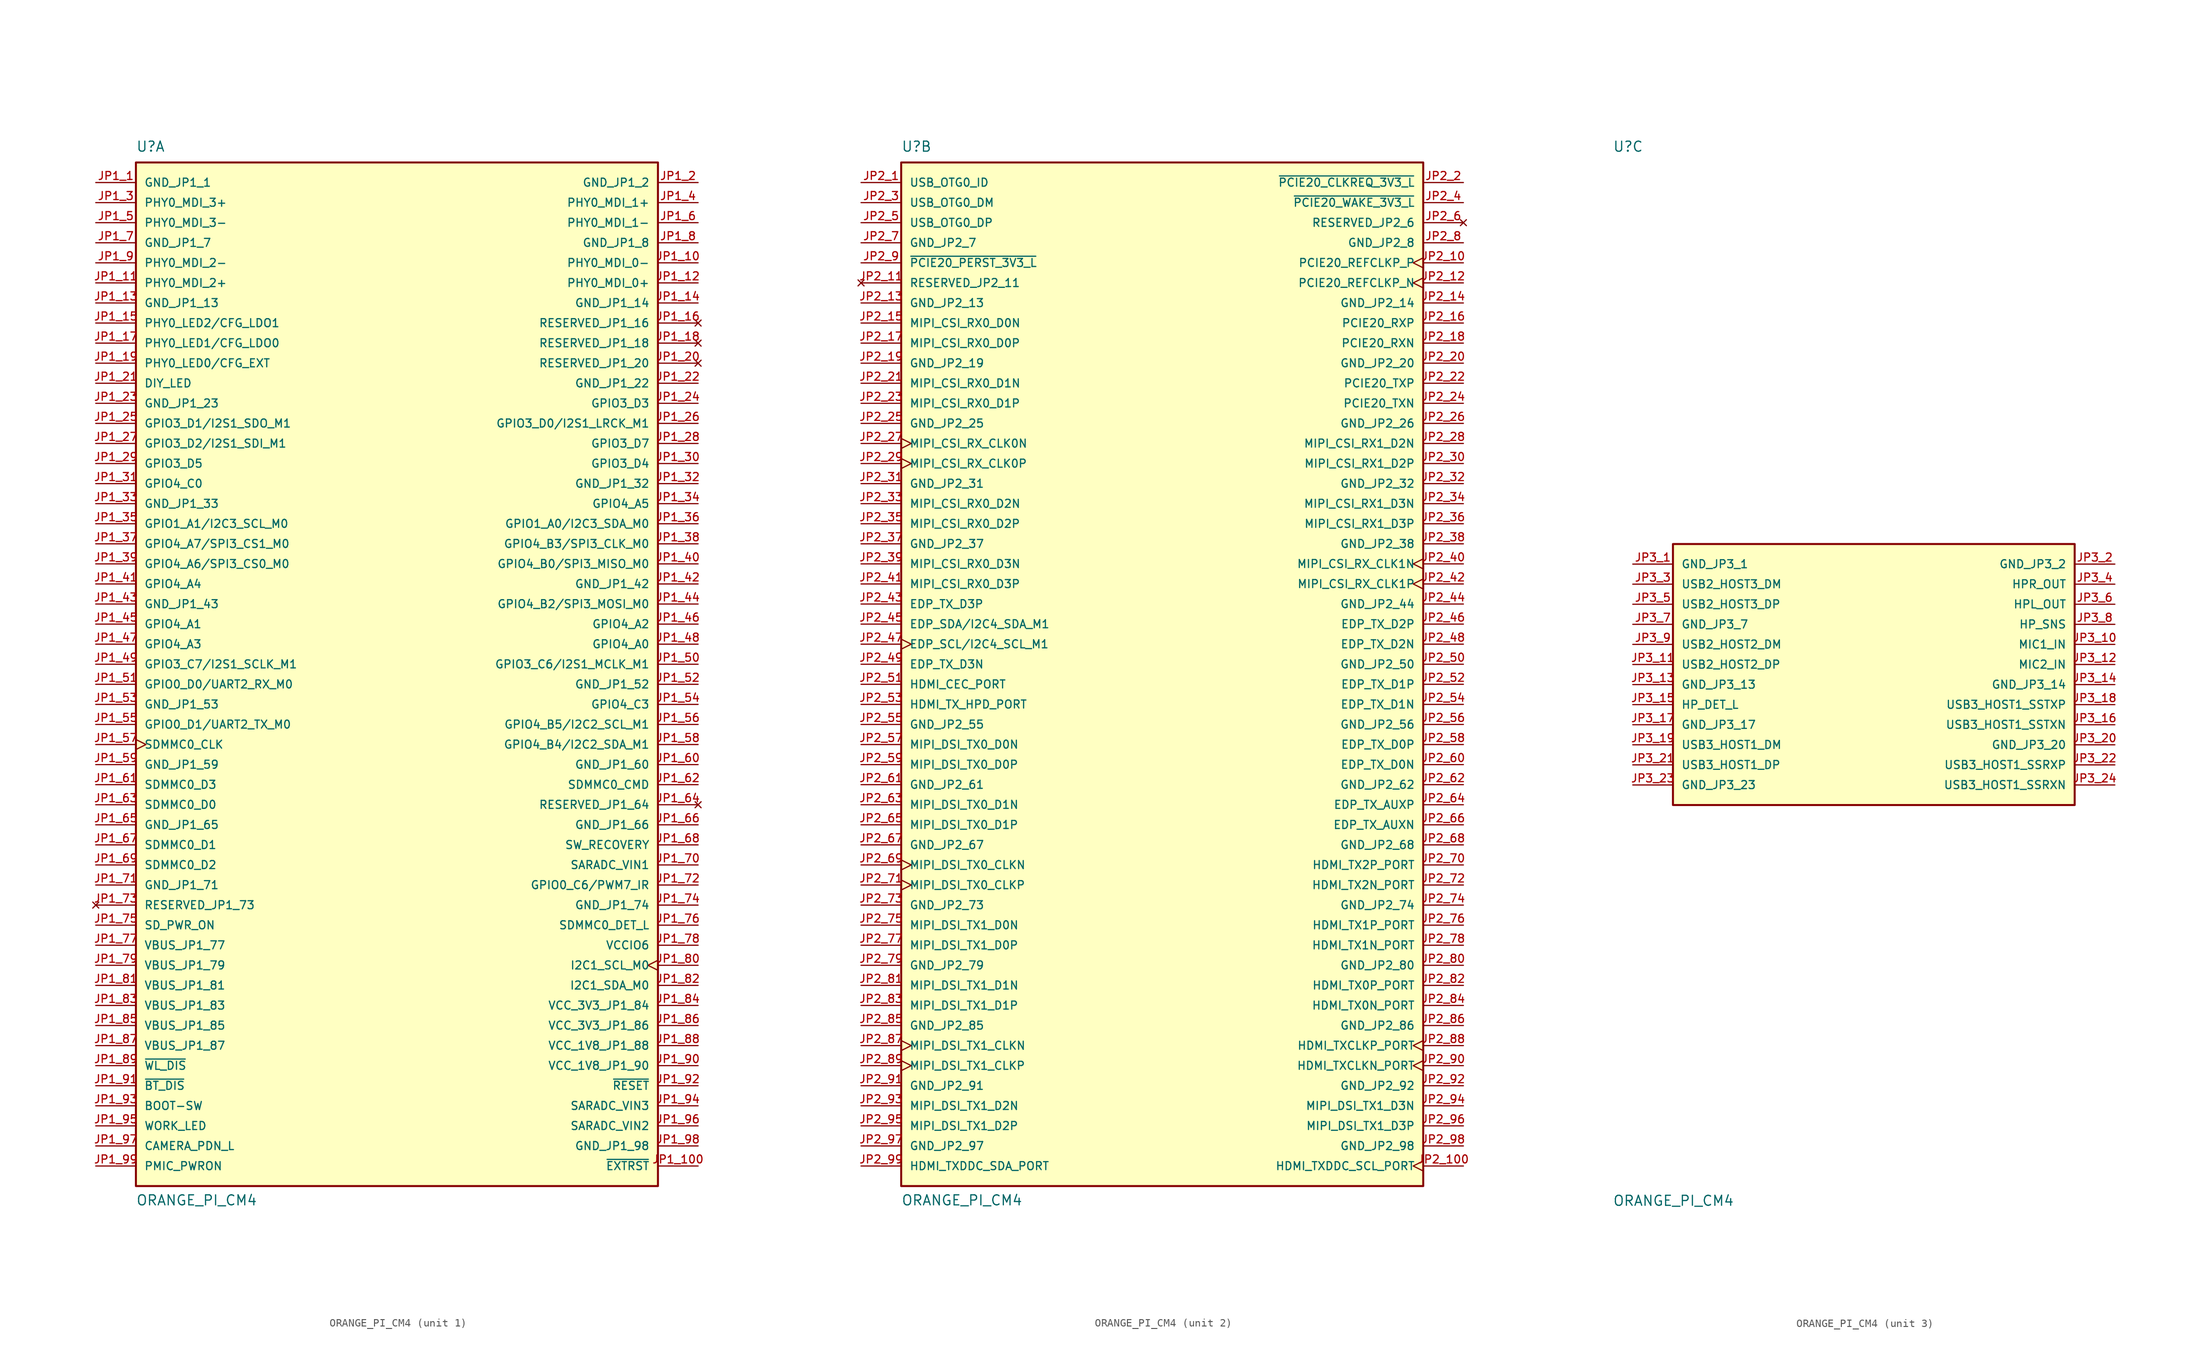
<source format=kicad_sym>
(kicad_symbol_lib
  (version 20211014)
  (generator kicad_symbol_editor)
  (symbol "ORANGE_PI_CM4"
    (pin_names
      (offset 1.016))
    (property "Reference" "U"
      (at -33.02 67.31 0)
      (effects (font (size 1.27 1.27)) (justify bottom left)))
    (property "Value" "ORANGE_PI_CM4"
      (at -33.02 -66.04 0)
      (effects (font (size 1.27 1.27)) (justify bottom left)))
    (symbol "ORANGE_PI_CM4_1_0"
      (rectangle (start -33.02 -63.5) (end 33.02 66.04) (stroke (width 0.254)) (fill (type background)))
      (pin power_in line (at 38.1 -45.72 180.0) (length 5.08) (name "VCC_1V8_JP1_88" (effects (font (size 1.016 1.016)))) (number "JP1_88" (effects (font (size 1.016 1.016)))))
      (pin power_in line (at 38.1 -40.64 180.0) (length 5.08) (name "VCC_3V3_JP1_84" (effects (font (size 1.016 1.016)))) (number "JP1_84" (effects (font (size 1.016 1.016)))))
      (pin power_in line (at -38.1 -33.02 0) (length 5.08) (name "VBUS_JP1_77" (effects (font (size 1.016 1.016)))) (number "JP1_77" (effects (font (size 1.016 1.016)))))
      (pin power_in line (at 38.1 -33.02 180.0) (length 5.08) (name "VCCIO6" (effects (font (size 1.016 1.016)))) (number "JP1_78" (effects (font (size 1.016 1.016)))))
      (pin input line (at -38.1 -50.8 0) (length 5.08) (name "~{BT_DIS}" (effects (font (size 1.016 1.016)))) (number "JP1_91" (effects (font (size 1.016 1.016)))))
      (pin input line (at 38.1 -60.96 180.0) (length 5.08) (name "~{EXTRST}" (effects (font (size 1.016 1.016)))) (number "JP1_100" (effects (font (size 1.016 1.016)))))
      (pin input line (at 38.1 -50.8 180.0) (length 5.08) (name "~{RESET}" (effects (font (size 1.016 1.016)))) (number "JP1_92" (effects (font (size 1.016 1.016)))))
      (pin input line (at -38.1 -48.26 0) (length 5.08) (name "~{WL_DIS}" (effects (font (size 1.016 1.016)))) (number "JP1_89" (effects (font (size 1.016 1.016)))))
      (pin input line (at -38.1 -53.34 0) (length 5.08) (name "BOOT-SW" (effects (font (size 1.016 1.016)))) (number "JP1_93" (effects (font (size 1.016 1.016)))))
      (pin input line (at -38.1 -60.96 0) (length 5.08) (name "PMIC_PWRON" (effects (font (size 1.016 1.016)))) (number "JP1_99" (effects (font (size 1.016 1.016)))))
      (pin input line (at 38.1 -22.86 180.0) (length 5.08) (name "SARADC_VIN1" (effects (font (size 1.016 1.016)))) (number "JP1_70" (effects (font (size 1.016 1.016)))))
      (pin input line (at 38.1 -55.88 180.0) (length 5.08) (name "SARADC_VIN2" (effects (font (size 1.016 1.016)))) (number "JP1_96" (effects (font (size 1.016 1.016)))))
      (pin input line (at 38.1 -53.34 180.0) (length 5.08) (name "SARADC_VIN3" (effects (font (size 1.016 1.016)))) (number "JP1_94" (effects (font (size 1.016 1.016)))))
      (pin input line (at 38.1 -30.48 180.0) (length 5.08) (name "SDMMC0_DET_L" (effects (font (size 1.016 1.016)))) (number "JP1_76" (effects (font (size 1.016 1.016)))))
      (pin input line (at 38.1 -20.32 180.0) (length 5.08) (name "SW_RECOVERY" (effects (font (size 1.016 1.016)))) (number "JP1_68" (effects (font (size 1.016 1.016)))))
      (pin bidirectional line (at 38.1 -25.4 180.0) (length 5.08) (name "GPIO0_C6/PWM7_IR" (effects (font (size 1.016 1.016)))) (number "JP1_72" (effects (font (size 1.016 1.016)))))
      (pin bidirectional line (at -38.1 0.0 0) (length 5.08) (name "GPIO0_D0/UART2_RX_M0" (effects (font (size 1.016 1.016)))) (number "JP1_51" (effects (font (size 1.016 1.016)))))
      (pin bidirectional line (at -38.1 -5.08 0) (length 5.08) (name "GPIO0_D1/UART2_TX_M0" (effects (font (size 1.016 1.016)))) (number "JP1_55" (effects (font (size 1.016 1.016)))))
      (pin bidirectional line (at 38.1 20.32 180.0) (length 5.08) (name "GPIO1_A0/I2C3_SDA_M0" (effects (font (size 1.016 1.016)))) (number "JP1_36" (effects (font (size 1.016 1.016)))))
      (pin bidirectional line (at -38.1 20.32 0) (length 5.08) (name "GPIO1_A1/I2C3_SCL_M0" (effects (font (size 1.016 1.016)))) (number "JP1_35" (effects (font (size 1.016 1.016)))))
      (pin bidirectional line (at 38.1 2.54 180.0) (length 5.08) (name "GPIO3_C6/I2S1_MCLK_M1" (effects (font (size 1.016 1.016)))) (number "JP1_50" (effects (font (size 1.016 1.016)))))
      (pin bidirectional line (at -38.1 2.54 0) (length 5.08) (name "GPIO3_C7/I2S1_SCLK_M1" (effects (font (size 1.016 1.016)))) (number "JP1_49" (effects (font (size 1.016 1.016)))))
      (pin bidirectional line (at 38.1 33.02 180.0) (length 5.08) (name "GPIO3_D0/I2S1_LRCK_M1" (effects (font (size 1.016 1.016)))) (number "JP1_26" (effects (font (size 1.016 1.016)))))
      (pin bidirectional line (at -38.1 33.02 0) (length 5.08) (name "GPIO3_D1/I2S1_SDO_M1" (effects (font (size 1.016 1.016)))) (number "JP1_25" (effects (font (size 1.016 1.016)))))
      (pin bidirectional line (at -38.1 30.48 0) (length 5.08) (name "GPIO3_D2/I2S1_SDI_M1" (effects (font (size 1.016 1.016)))) (number "JP1_27" (effects (font (size 1.016 1.016)))))
      (pin bidirectional line (at 38.1 35.56 180.0) (length 5.08) (name "GPIO3_D3" (effects (font (size 1.016 1.016)))) (number "JP1_24" (effects (font (size 1.016 1.016)))))
      (pin bidirectional line (at 38.1 27.94 180.0) (length 5.08) (name "GPIO3_D4" (effects (font (size 1.016 1.016)))) (number "JP1_30" (effects (font (size 1.016 1.016)))))
      (pin bidirectional line (at -38.1 27.94 0) (length 5.08) (name "GPIO3_D5" (effects (font (size 1.016 1.016)))) (number "JP1_29" (effects (font (size 1.016 1.016)))))
      (pin bidirectional line (at 38.1 30.48 180.0) (length 5.08) (name "GPIO3_D7" (effects (font (size 1.016 1.016)))) (number "JP1_28" (effects (font (size 1.016 1.016)))))
      (pin bidirectional line (at 38.1 5.08 180.0) (length 5.08) (name "GPIO4_A0" (effects (font (size 1.016 1.016)))) (number "JP1_48" (effects (font (size 1.016 1.016)))))
      (pin bidirectional line (at -38.1 7.62 0) (length 5.08) (name "GPIO4_A1" (effects (font (size 1.016 1.016)))) (number "JP1_45" (effects (font (size 1.016 1.016)))))
      (pin bidirectional line (at 38.1 7.62 180.0) (length 5.08) (name "GPIO4_A2" (effects (font (size 1.016 1.016)))) (number "JP1_46" (effects (font (size 1.016 1.016)))))
      (pin bidirectional line (at -38.1 5.08 0) (length 5.08) (name "GPIO4_A3" (effects (font (size 1.016 1.016)))) (number "JP1_47" (effects (font (size 1.016 1.016)))))
      (pin bidirectional line (at -38.1 -58.42 0) (length 5.08) (name "CAMERA_PDN_L" (effects (font (size 1.016 1.016)))) (number "JP1_97" (effects (font (size 1.016 1.016)))))
      (pin output line (at -38.1 38.1 0) (length 5.08) (name "DIY_LED" (effects (font (size 1.016 1.016)))) (number "JP1_21" (effects (font (size 1.016 1.016)))))
      (pin output clock (at 38.1 -35.56 180.0) (length 5.08) (name "I2C1_SCL_M0" (effects (font (size 1.016 1.016)))) (number "JP1_80" (effects (font (size 1.016 1.016)))))
      (pin output line (at -38.1 40.64 0) (length 5.08) (name "PHY0_LED0/CFG_EXT" (effects (font (size 1.016 1.016)))) (number "JP1_19" (effects (font (size 1.016 1.016)))))
      (pin output line (at -38.1 43.18 0) (length 5.08) (name "PHY0_LED1/CFG_LDO0" (effects (font (size 1.016 1.016)))) (number "JP1_17" (effects (font (size 1.016 1.016)))))
      (pin output line (at -38.1 45.72 0) (length 5.08) (name "PHY0_LED2/CFG_LDO1" (effects (font (size 1.016 1.016)))) (number "JP1_15" (effects (font (size 1.016 1.016)))))
      (pin output line (at 38.1 53.34 180.0) (length 5.08) (name "PHY0_MDI_0-" (effects (font (size 1.016 1.016)))) (number "JP1_10" (effects (font (size 1.016 1.016)))))
      (pin output line (at 38.1 50.8 180.0) (length 5.08) (name "PHY0_MDI_0+" (effects (font (size 1.016 1.016)))) (number "JP1_12" (effects (font (size 1.016 1.016)))))
      (pin output line (at 38.1 58.42 180.0) (length 5.08) (name "PHY0_MDI_1-" (effects (font (size 1.016 1.016)))) (number "JP1_6" (effects (font (size 1.016 1.016)))))
      (pin output line (at 38.1 60.96 180.0) (length 5.08) (name "PHY0_MDI_1+" (effects (font (size 1.016 1.016)))) (number "JP1_4" (effects (font (size 1.016 1.016)))))
      (pin output line (at -38.1 53.34 0) (length 5.08) (name "PHY0_MDI_2-" (effects (font (size 1.016 1.016)))) (number "JP1_9" (effects (font (size 1.016 1.016)))))
      (pin output line (at -38.1 50.8 0) (length 5.08) (name "PHY0_MDI_2+" (effects (font (size 1.016 1.016)))) (number "JP1_11" (effects (font (size 1.016 1.016)))))
      (pin output line (at -38.1 58.42 0) (length 5.08) (name "PHY0_MDI_3-" (effects (font (size 1.016 1.016)))) (number "JP1_5" (effects (font (size 1.016 1.016)))))
      (pin output line (at -38.1 60.96 0) (length 5.08) (name "PHY0_MDI_3+" (effects (font (size 1.016 1.016)))) (number "JP1_3" (effects (font (size 1.016 1.016)))))
      (pin output line (at -38.1 -30.48 0) (length 5.08) (name "SD_PWR_ON" (effects (font (size 1.016 1.016)))) (number "JP1_75" (effects (font (size 1.016 1.016)))))
      (pin output clock (at -38.1 -7.62 0) (length 5.08) (name "SDMMC0_CLK" (effects (font (size 1.016 1.016)))) (number "JP1_57" (effects (font (size 1.016 1.016)))))
      (pin bidirectional line (at -38.1 -55.88 0) (length 5.08) (name "WORK_LED" (effects (font (size 1.016 1.016)))) (number "JP1_95" (effects (font (size 1.016 1.016)))))
      (pin bidirectional line (at -38.1 12.7 0) (length 5.08) (name "GPIO4_A4" (effects (font (size 1.016 1.016)))) (number "JP1_41" (effects (font (size 1.016 1.016)))))
      (pin bidirectional line (at 38.1 22.86 180.0) (length 5.08) (name "GPIO4_A5" (effects (font (size 1.016 1.016)))) (number "JP1_34" (effects (font (size 1.016 1.016)))))
      (pin bidirectional line (at -38.1 15.24 0) (length 5.08) (name "GPIO4_A6/SPI3_CS0_M0" (effects (font (size 1.016 1.016)))) (number "JP1_39" (effects (font (size 1.016 1.016)))))
      (pin bidirectional line (at -38.1 17.78 0) (length 5.08) (name "GPIO4_A7/SPI3_CS1_M0" (effects (font (size 1.016 1.016)))) (number "JP1_37" (effects (font (size 1.016 1.016)))))
      (pin bidirectional line (at 38.1 15.24 180.0) (length 5.08) (name "GPIO4_B0/SPI3_MISO_M0" (effects (font (size 1.016 1.016)))) (number "JP1_40" (effects (font (size 1.016 1.016)))))
      (pin bidirectional line (at 38.1 10.16 180.0) (length 5.08) (name "GPIO4_B2/SPI3_MOSI_M0" (effects (font (size 1.016 1.016)))) (number "JP1_44" (effects (font (size 1.016 1.016)))))
      (pin bidirectional line (at 38.1 17.78 180.0) (length 5.08) (name "GPIO4_B3/SPI3_CLK_M0" (effects (font (size 1.016 1.016)))) (number "JP1_38" (effects (font (size 1.016 1.016)))))
      (pin bidirectional line (at 38.1 -7.62 180.0) (length 5.08) (name "GPIO4_B4/I2C2_SDA_M1" (effects (font (size 1.016 1.016)))) (number "JP1_58" (effects (font (size 1.016 1.016)))))
      (pin bidirectional line (at 38.1 -5.08 180.0) (length 5.08) (name "GPIO4_B5/I2C2_SCL_M1" (effects (font (size 1.016 1.016)))) (number "JP1_56" (effects (font (size 1.016 1.016)))))
      (pin bidirectional line (at -38.1 25.4 0) (length 5.08) (name "GPIO4_C0" (effects (font (size 1.016 1.016)))) (number "JP1_31" (effects (font (size 1.016 1.016)))))
      (pin bidirectional line (at 38.1 -2.54 180.0) (length 5.08) (name "GPIO4_C3" (effects (font (size 1.016 1.016)))) (number "JP1_54" (effects (font (size 1.016 1.016)))))
      (pin bidirectional line (at 38.1 -38.1 180.0) (length 5.08) (name "I2C1_SDA_M0" (effects (font (size 1.016 1.016)))) (number "JP1_82" (effects (font (size 1.016 1.016)))))
      (pin bidirectional line (at 38.1 -12.7 180.0) (length 5.08) (name "SDMMC0_CMD" (effects (font (size 1.016 1.016)))) (number "JP1_62" (effects (font (size 1.016 1.016)))))
      (pin bidirectional line (at -38.1 -15.24 0) (length 5.08) (name "SDMMC0_D0" (effects (font (size 1.016 1.016)))) (number "JP1_63" (effects (font (size 1.016 1.016)))))
      (pin bidirectional line (at -38.1 -20.32 0) (length 5.08) (name "SDMMC0_D1" (effects (font (size 1.016 1.016)))) (number "JP1_67" (effects (font (size 1.016 1.016)))))
      (pin bidirectional line (at -38.1 -22.86 0) (length 5.08) (name "SDMMC0_D2" (effects (font (size 1.016 1.016)))) (number "JP1_69" (effects (font (size 1.016 1.016)))))
      (pin bidirectional line (at -38.1 -12.7 0) (length 5.08) (name "SDMMC0_D3" (effects (font (size 1.016 1.016)))) (number "JP1_61" (effects (font (size 1.016 1.016)))))
      (pin no_connect line (at -38.1 -27.94 0) (length 5.08) (name "RESERVED_JP1_73" (effects (font (size 1.016 1.016)))) (number "JP1_73" (effects (font (size 1.016 1.016)))))
      (pin power_in line (at -38.1 63.5 0) (length 5.08) (name "GND_JP1_1" (effects (font (size 1.016 1.016)))) (number "JP1_1" (effects (font (size 1.016 1.016)))))
      (pin power_in line (at 38.1 63.5 180.0) (length 5.08) (name "GND_JP1_2" (effects (font (size 1.016 1.016)))) (number "JP1_2" (effects (font (size 1.016 1.016)))))
      (pin power_in line (at -38.1 55.88 0) (length 5.08) (name "GND_JP1_7" (effects (font (size 1.016 1.016)))) (number "JP1_7" (effects (font (size 1.016 1.016)))))
      (pin power_in line (at -38.1 48.26 0) (length 5.08) (name "GND_JP1_13" (effects (font (size 1.016 1.016)))) (number "JP1_13" (effects (font (size 1.016 1.016)))))
      (pin power_in line (at -38.1 35.56 0) (length 5.08) (name "GND_JP1_23" (effects (font (size 1.016 1.016)))) (number "JP1_23" (effects (font (size 1.016 1.016)))))
      (pin power_in line (at -38.1 22.86 0) (length 5.08) (name "GND_JP1_33" (effects (font (size 1.016 1.016)))) (number "JP1_33" (effects (font (size 1.016 1.016)))))
      (pin power_in line (at -38.1 10.16 0) (length 5.08) (name "GND_JP1_43" (effects (font (size 1.016 1.016)))) (number "JP1_43" (effects (font (size 1.016 1.016)))))
      (pin power_in line (at -38.1 -2.54 0) (length 5.08) (name "GND_JP1_53" (effects (font (size 1.016 1.016)))) (number "JP1_53" (effects (font (size 1.016 1.016)))))
      (pin power_in line (at -38.1 -10.16 0) (length 5.08) (name "GND_JP1_59" (effects (font (size 1.016 1.016)))) (number "JP1_59" (effects (font (size 1.016 1.016)))))
      (pin power_in line (at -38.1 -17.78 0) (length 5.08) (name "GND_JP1_65" (effects (font (size 1.016 1.016)))) (number "JP1_65" (effects (font (size 1.016 1.016)))))
      (pin power_in line (at -38.1 -25.4 0) (length 5.08) (name "GND_JP1_71" (effects (font (size 1.016 1.016)))) (number "JP1_71" (effects (font (size 1.016 1.016)))))
      (pin power_in line (at -38.1 -35.56 0) (length 5.08) (name "VBUS_JP1_79" (effects (font (size 1.016 1.016)))) (number "JP1_79" (effects (font (size 1.016 1.016)))))
      (pin power_in line (at -38.1 -38.1 0) (length 5.08) (name "VBUS_JP1_81" (effects (font (size 1.016 1.016)))) (number "JP1_81" (effects (font (size 1.016 1.016)))))
      (pin power_in line (at -38.1 -40.64 0) (length 5.08) (name "VBUS_JP1_83" (effects (font (size 1.016 1.016)))) (number "JP1_83" (effects (font (size 1.016 1.016)))))
      (pin power_in line (at -38.1 -43.18 0) (length 5.08) (name "VBUS_JP1_85" (effects (font (size 1.016 1.016)))) (number "JP1_85" (effects (font (size 1.016 1.016)))))
      (pin power_in line (at -38.1 -45.72 0) (length 5.08) (name "VBUS_JP1_87" (effects (font (size 1.016 1.016)))) (number "JP1_87" (effects (font (size 1.016 1.016)))))
      (pin power_in line (at 38.1 55.88 180.0) (length 5.08) (name "GND_JP1_8" (effects (font (size 1.016 1.016)))) (number "JP1_8" (effects (font (size 1.016 1.016)))))
      (pin power_in line (at 38.1 48.26 180.0) (length 5.08) (name "GND_JP1_14" (effects (font (size 1.016 1.016)))) (number "JP1_14" (effects (font (size 1.016 1.016)))))
      (pin no_connect line (at 38.1 45.72 180.0) (length 5.08) (name "RESERVED_JP1_16" (effects (font (size 1.016 1.016)))) (number "JP1_16" (effects (font (size 1.016 1.016)))))
      (pin no_connect line (at 38.1 43.18 180.0) (length 5.08) (name "RESERVED_JP1_18" (effects (font (size 1.016 1.016)))) (number "JP1_18" (effects (font (size 1.016 1.016)))))
      (pin no_connect line (at 38.1 40.64 180.0) (length 5.08) (name "RESERVED_JP1_20" (effects (font (size 1.016 1.016)))) (number "JP1_20" (effects (font (size 1.016 1.016)))))
      (pin power_in line (at 38.1 38.1 180.0) (length 5.08) (name "GND_JP1_22" (effects (font (size 1.016 1.016)))) (number "JP1_22" (effects (font (size 1.016 1.016)))))
      (pin power_in line (at 38.1 25.4 180.0) (length 5.08) (name "GND_JP1_32" (effects (font (size 1.016 1.016)))) (number "JP1_32" (effects (font (size 1.016 1.016)))))
      (pin power_in line (at 38.1 12.7 180.0) (length 5.08) (name "GND_JP1_42" (effects (font (size 1.016 1.016)))) (number "JP1_42" (effects (font (size 1.016 1.016)))))
      (pin power_in line (at 38.1 0.0 180.0) (length 5.08) (name "GND_JP1_52" (effects (font (size 1.016 1.016)))) (number "JP1_52" (effects (font (size 1.016 1.016)))))
      (pin power_in line (at 38.1 -10.16 180.0) (length 5.08) (name "GND_JP1_60" (effects (font (size 1.016 1.016)))) (number "JP1_60" (effects (font (size 1.016 1.016)))))
      (pin no_connect line (at 38.1 -15.24 180.0) (length 5.08) (name "RESERVED_JP1_64" (effects (font (size 1.016 1.016)))) (number "JP1_64" (effects (font (size 1.016 1.016)))))
      (pin power_in line (at 38.1 -17.78 180.0) (length 5.08) (name "GND_JP1_66" (effects (font (size 1.016 1.016)))) (number "JP1_66" (effects (font (size 1.016 1.016)))))
      (pin power_in line (at 38.1 -27.94 180.0) (length 5.08) (name "GND_JP1_74" (effects (font (size 1.016 1.016)))) (number "JP1_74" (effects (font (size 1.016 1.016)))))
      (pin power_in line (at 38.1 -43.18 180.0) (length 5.08) (name "VCC_3V3_JP1_86" (effects (font (size 1.016 1.016)))) (number "JP1_86" (effects (font (size 1.016 1.016)))))
      (pin power_in line (at 38.1 -48.26 180.0) (length 5.08) (name "VCC_1V8_JP1_90" (effects (font (size 1.016 1.016)))) (number "JP1_90" (effects (font (size 1.016 1.016)))))
      (pin power_in line (at 38.1 -58.42 180.0) (length 5.08) (name "GND_JP1_98" (effects (font (size 1.016 1.016)))) (number "JP1_98" (effects (font (size 1.016 1.016))))))
    (symbol "ORANGE_PI_CM4_2_0"
      (rectangle (start -33.02 -63.5) (end 33.02 66.04) (stroke (width 0.254)) (fill (type background)))
      (pin input line (at 38.1 60.96 180.0) (length 5.08) (name "~{PCIE20_WAKE_3V3_L}" (effects (font (size 1.016 1.016)))) (number "JP2_4" (effects (font (size 1.016 1.016)))))
      (pin input clock (at -38.1 5.08 0) (length 5.08) (name "EDP_SCL/I2C4_SCL_M1" (effects (font (size 1.016 1.016)))) (number "JP2_47" (effects (font (size 1.016 1.016)))))
      (pin input clock (at -38.1 30.48 0) (length 5.08) (name "MIPI_CSI_RX_CLK0N" (effects (font (size 1.016 1.016)))) (number "JP2_27" (effects (font (size 1.016 1.016)))))
      (pin input clock (at -38.1 27.94 0) (length 5.08) (name "MIPI_CSI_RX_CLK0P" (effects (font (size 1.016 1.016)))) (number "JP2_29" (effects (font (size 1.016 1.016)))))
      (pin input clock (at 38.1 15.24 180.0) (length 5.08) (name "MIPI_CSI_RX_CLK1N" (effects (font (size 1.016 1.016)))) (number "JP2_40" (effects (font (size 1.016 1.016)))))
      (pin input clock (at 38.1 12.7 180.0) (length 5.08) (name "MIPI_CSI_RX_CLK1P" (effects (font (size 1.016 1.016)))) (number "JP2_42" (effects (font (size 1.016 1.016)))))
      (pin input line (at -38.1 45.72 0) (length 5.08) (name "MIPI_CSI_RX0_D0N" (effects (font (size 1.016 1.016)))) (number "JP2_15" (effects (font (size 1.016 1.016)))))
      (pin input line (at -38.1 43.18 0) (length 5.08) (name "MIPI_CSI_RX0_D0P" (effects (font (size 1.016 1.016)))) (number "JP2_17" (effects (font (size 1.016 1.016)))))
      (pin input line (at -38.1 38.1 0) (length 5.08) (name "MIPI_CSI_RX0_D1N" (effects (font (size 1.016 1.016)))) (number "JP2_21" (effects (font (size 1.016 1.016)))))
      (pin input line (at -38.1 35.56 0) (length 5.08) (name "MIPI_CSI_RX0_D1P" (effects (font (size 1.016 1.016)))) (number "JP2_23" (effects (font (size 1.016 1.016)))))
      (pin input line (at -38.1 22.86 0) (length 5.08) (name "MIPI_CSI_RX0_D2N" (effects (font (size 1.016 1.016)))) (number "JP2_33" (effects (font (size 1.016 1.016)))))
      (pin input line (at -38.1 20.32 0) (length 5.08) (name "MIPI_CSI_RX0_D2P" (effects (font (size 1.016 1.016)))) (number "JP2_35" (effects (font (size 1.016 1.016)))))
      (pin input line (at -38.1 15.24 0) (length 5.08) (name "MIPI_CSI_RX0_D3N" (effects (font (size 1.016 1.016)))) (number "JP2_39" (effects (font (size 1.016 1.016)))))
      (pin input line (at -38.1 12.7 0) (length 5.08) (name "MIPI_CSI_RX0_D3P" (effects (font (size 1.016 1.016)))) (number "JP2_41" (effects (font (size 1.016 1.016)))))
      (pin input line (at -38.1 63.5 0) (length 5.08) (name "USB_OTG0_ID" (effects (font (size 1.016 1.016)))) (number "JP2_1" (effects (font (size 1.016 1.016)))))
      (pin bidirectional line (at -38.1 7.62 0) (length 5.08) (name "EDP_SDA/I2C4_SDA_M1" (effects (font (size 1.016 1.016)))) (number "JP2_45" (effects (font (size 1.016 1.016)))))
      (pin bidirectional line (at 38.1 -17.78 180.0) (length 5.08) (name "EDP_TX_AUXN" (effects (font (size 1.016 1.016)))) (number "JP2_66" (effects (font (size 1.016 1.016)))))
      (pin bidirectional line (at 38.1 -15.24 180.0) (length 5.08) (name "EDP_TX_AUXP" (effects (font (size 1.016 1.016)))) (number "JP2_64" (effects (font (size 1.016 1.016)))))
      (pin bidirectional line (at -38.1 60.96 0) (length 5.08) (name "USB_OTG0_DM" (effects (font (size 1.016 1.016)))) (number "JP2_3" (effects (font (size 1.016 1.016)))))
      (pin bidirectional line (at -38.1 58.42 0) (length 5.08) (name "USB_OTG0_DP" (effects (font (size 1.016 1.016)))) (number "JP2_5" (effects (font (size 1.016 1.016)))))
      (pin output line (at 38.1 63.5 180.0) (length 5.08) (name "~{PCIE20_CLKREQ_3V3_L}" (effects (font (size 1.016 1.016)))) (number "JP2_2" (effects (font (size 1.016 1.016)))))
      (pin output line (at -38.1 53.34 0) (length 5.08) (name "~{PCIE20_PERST_3V3_L}" (effects (font (size 1.016 1.016)))) (number "JP2_9" (effects (font (size 1.016 1.016)))))
      (pin output line (at 38.1 -10.16 180.0) (length 5.08) (name "EDP_TX_D0N" (effects (font (size 1.016 1.016)))) (number "JP2_60" (effects (font (size 1.016 1.016)))))
      (pin output line (at 38.1 -7.62 180.0) (length 5.08) (name "EDP_TX_D0P" (effects (font (size 1.016 1.016)))) (number "JP2_58" (effects (font (size 1.016 1.016)))))
      (pin output line (at 38.1 -2.54 180.0) (length 5.08) (name "EDP_TX_D1N" (effects (font (size 1.016 1.016)))) (number "JP2_54" (effects (font (size 1.016 1.016)))))
      (pin output line (at 38.1 0.0 180.0) (length 5.08) (name "EDP_TX_D1P" (effects (font (size 1.016 1.016)))) (number "JP2_52" (effects (font (size 1.016 1.016)))))
      (pin output line (at 38.1 5.08 180.0) (length 5.08) (name "EDP_TX_D2N" (effects (font (size 1.016 1.016)))) (number "JP2_48" (effects (font (size 1.016 1.016)))))
      (pin output line (at 38.1 7.62 180.0) (length 5.08) (name "EDP_TX_D2P" (effects (font (size 1.016 1.016)))) (number "JP2_46" (effects (font (size 1.016 1.016)))))
      (pin output line (at -38.1 2.54 0) (length 5.08) (name "EDP_TX_D3N" (effects (font (size 1.016 1.016)))) (number "JP2_49" (effects (font (size 1.016 1.016)))))
      (pin output line (at -38.1 10.16 0) (length 5.08) (name "EDP_TX_D3P" (effects (font (size 1.016 1.016)))) (number "JP2_43" (effects (font (size 1.016 1.016)))))
      (pin output line (at -38.1 0.0 0) (length 5.08) (name "HDMI_CEC_PORT" (effects (font (size 1.016 1.016)))) (number "JP2_51" (effects (font (size 1.016 1.016)))))
      (pin output line (at -38.1 -2.54 0) (length 5.08) (name "HDMI_TX_HPD_PORT" (effects (font (size 1.016 1.016)))) (number "JP2_53" (effects (font (size 1.016 1.016)))))
      (pin output line (at 38.1 -40.64 180.0) (length 5.08) (name "HDMI_TX0N_PORT" (effects (font (size 1.016 1.016)))) (number "JP2_84" (effects (font (size 1.016 1.016)))))
      (pin output line (at 38.1 -38.1 180.0) (length 5.08) (name "HDMI_TX0P_PORT" (effects (font (size 1.016 1.016)))) (number "JP2_82" (effects (font (size 1.016 1.016)))))
      (pin output line (at 38.1 -33.02 180.0) (length 5.08) (name "HDMI_TX1N_PORT" (effects (font (size 1.016 1.016)))) (number "JP2_78" (effects (font (size 1.016 1.016)))))
      (pin output line (at 38.1 -30.48 180.0) (length 5.08) (name "HDMI_TX1P_PORT" (effects (font (size 1.016 1.016)))) (number "JP2_76" (effects (font (size 1.016 1.016)))))
      (pin output line (at 38.1 -25.4 180.0) (length 5.08) (name "HDMI_TX2N_PORT" (effects (font (size 1.016 1.016)))) (number "JP2_72" (effects (font (size 1.016 1.016)))))
      (pin output line (at 38.1 -22.86 180.0) (length 5.08) (name "HDMI_TX2P_PORT" (effects (font (size 1.016 1.016)))) (number "JP2_70" (effects (font (size 1.016 1.016)))))
      (pin output clock (at 38.1 -48.26 180.0) (length 5.08) (name "HDMI_TXCLKN_PORT" (effects (font (size 1.016 1.016)))) (number "JP2_90" (effects (font (size 1.016 1.016)))))
      (pin output clock (at 38.1 -45.72 180.0) (length 5.08) (name "HDMI_TXCLKP_PORT" (effects (font (size 1.016 1.016)))) (number "JP2_88" (effects (font (size 1.016 1.016)))))
      (pin output clock (at 38.1 -60.96 180.0) (length 5.08) (name "HDMI_TXDDC_SCL_PORT" (effects (font (size 1.016 1.016)))) (number "JP2_100" (effects (font (size 1.016 1.016)))))
      (pin output line (at -38.1 -60.96 0) (length 5.08) (name "HDMI_TXDDC_SDA_PORT" (effects (font (size 1.016 1.016)))) (number "JP2_99" (effects (font (size 1.016 1.016)))))
      (pin output clock (at -38.1 -22.86 0) (length 5.08) (name "MIPI_DSI_TX0_CLKN" (effects (font (size 1.016 1.016)))) (number "JP2_69" (effects (font (size 1.016 1.016)))))
      (pin output clock (at -38.1 -25.4 0) (length 5.08) (name "MIPI_DSI_TX0_CLKP" (effects (font (size 1.016 1.016)))) (number "JP2_71" (effects (font (size 1.016 1.016)))))
      (pin output line (at -38.1 -7.62 0) (length 5.08) (name "MIPI_DSI_TX0_D0N" (effects (font (size 1.016 1.016)))) (number "JP2_57" (effects (font (size 1.016 1.016)))))
      (pin output line (at -38.1 -10.16 0) (length 5.08) (name "MIPI_DSI_TX0_D0P" (effects (font (size 1.016 1.016)))) (number "JP2_59" (effects (font (size 1.016 1.016)))))
      (pin output line (at -38.1 -15.24 0) (length 5.08) (name "MIPI_DSI_TX0_D1N" (effects (font (size 1.016 1.016)))) (number "JP2_63" (effects (font (size 1.016 1.016)))))
      (pin output line (at -38.1 -17.78 0) (length 5.08) (name "MIPI_DSI_TX0_D1P" (effects (font (size 1.016 1.016)))) (number "JP2_65" (effects (font (size 1.016 1.016)))))
      (pin output clock (at -38.1 -45.72 0) (length 5.08) (name "MIPI_DSI_TX1_CLKN" (effects (font (size 1.016 1.016)))) (number "JP2_87" (effects (font (size 1.016 1.016)))))
      (pin output clock (at -38.1 -48.26 0) (length 5.08) (name "MIPI_DSI_TX1_CLKP" (effects (font (size 1.016 1.016)))) (number "JP2_89" (effects (font (size 1.016 1.016)))))
      (pin output line (at -38.1 -30.48 0) (length 5.08) (name "MIPI_DSI_TX1_D0N" (effects (font (size 1.016 1.016)))) (number "JP2_75" (effects (font (size 1.016 1.016)))))
      (pin output line (at -38.1 -33.02 0) (length 5.08) (name "MIPI_DSI_TX1_D0P" (effects (font (size 1.016 1.016)))) (number "JP2_77" (effects (font (size 1.016 1.016)))))
      (pin output line (at -38.1 -38.1 0) (length 5.08) (name "MIPI_DSI_TX1_D1N" (effects (font (size 1.016 1.016)))) (number "JP2_81" (effects (font (size 1.016 1.016)))))
      (pin output line (at -38.1 -40.64 0) (length 5.08) (name "MIPI_DSI_TX1_D1P" (effects (font (size 1.016 1.016)))) (number "JP2_83" (effects (font (size 1.016 1.016)))))
      (pin output line (at -38.1 -53.34 0) (length 5.08) (name "MIPI_DSI_TX1_D2N" (effects (font (size 1.016 1.016)))) (number "JP2_93" (effects (font (size 1.016 1.016)))))
      (pin output line (at -38.1 -55.88 0) (length 5.08) (name "MIPI_DSI_TX1_D2P" (effects (font (size 1.016 1.016)))) (number "JP2_95" (effects (font (size 1.016 1.016)))))
      (pin output line (at 38.1 -53.34 180.0) (length 5.08) (name "MIPI_DSI_TX1_D3N" (effects (font (size 1.016 1.016)))) (number "JP2_94" (effects (font (size 1.016 1.016)))))
      (pin output line (at 38.1 -55.88 180.0) (length 5.08) (name "MIPI_DSI_TX1_D3P" (effects (font (size 1.016 1.016)))) (number "JP2_96" (effects (font (size 1.016 1.016)))))
      (pin output clock (at 38.1 50.8 180.0) (length 5.08) (name "PCIE20_REFCLKP_N" (effects (font (size 1.016 1.016)))) (number "JP2_12" (effects (font (size 1.016 1.016)))))
      (pin output clock (at 38.1 53.34 180.0) (length 5.08) (name "PCIE20_REFCLKP_P" (effects (font (size 1.016 1.016)))) (number "JP2_10" (effects (font (size 1.016 1.016)))))
      (pin output line (at 38.1 43.18 180.0) (length 5.08) (name "PCIE20_RXN" (effects (font (size 1.016 1.016)))) (number "JP2_18" (effects (font (size 1.016 1.016)))))
      (pin output line (at 38.1 45.72 180.0) (length 5.08) (name "PCIE20_RXP" (effects (font (size 1.016 1.016)))) (number "JP2_16" (effects (font (size 1.016 1.016)))))
      (pin output line (at 38.1 35.56 180.0) (length 5.08) (name "PCIE20_TXN" (effects (font (size 1.016 1.016)))) (number "JP2_24" (effects (font (size 1.016 1.016)))))
      (pin output line (at 38.1 38.1 180.0) (length 5.08) (name "PCIE20_TXP" (effects (font (size 1.016 1.016)))) (number "JP2_22" (effects (font (size 1.016 1.016)))))
      (pin no_connect line (at 38.1 58.42 180.0) (length 5.08) (name "RESERVED_JP2_6" (effects (font (size 1.016 1.016)))) (number "JP2_6" (effects (font (size 1.016 1.016)))))
      (pin power_in line (at -38.1 55.88 0) (length 5.08) (name "GND_JP2_7" (effects (font (size 1.016 1.016)))) (number "JP2_7" (effects (font (size 1.016 1.016)))))
      (pin input line (at 38.1 30.48 180.0) (length 5.08) (name "MIPI_CSI_RX1_D2N" (effects (font (size 1.016 1.016)))) (number "JP2_28" (effects (font (size 1.016 1.016)))))
      (pin input line (at 38.1 27.94 180.0) (length 5.08) (name "MIPI_CSI_RX1_D2P" (effects (font (size 1.016 1.016)))) (number "JP2_30" (effects (font (size 1.016 1.016)))))
      (pin input line (at 38.1 22.86 180.0) (length 5.08) (name "MIPI_CSI_RX1_D3N" (effects (font (size 1.016 1.016)))) (number "JP2_34" (effects (font (size 1.016 1.016)))))
      (pin input line (at 38.1 20.32 180.0) (length 5.08) (name "MIPI_CSI_RX1_D3P" (effects (font (size 1.016 1.016)))) (number "JP2_36" (effects (font (size 1.016 1.016)))))
      (pin power_in line (at -38.1 48.26 0) (length 5.08) (name "GND_JP2_13" (effects (font (size 1.016 1.016)))) (number "JP2_13" (effects (font (size 1.016 1.016)))))
      (pin power_in line (at 38.1 55.88 180.0) (length 5.08) (name "GND_JP2_8" (effects (font (size 1.016 1.016)))) (number "JP2_8" (effects (font (size 1.016 1.016)))))
      (pin power_in line (at 38.1 48.26 180.0) (length 5.08) (name "GND_JP2_14" (effects (font (size 1.016 1.016)))) (number "JP2_14" (effects (font (size 1.016 1.016)))))
      (pin no_connect line (at -38.1 50.8 0) (length 5.08) (name "RESERVED_JP2_11" (effects (font (size 1.016 1.016)))) (number "JP2_11" (effects (font (size 1.016 1.016)))))
      (pin power_in line (at -38.1 40.64 0) (length 5.08) (name "GND_JP2_19" (effects (font (size 1.016 1.016)))) (number "JP2_19" (effects (font (size 1.016 1.016)))))
      (pin power_in line (at -38.1 33.02 0) (length 5.08) (name "GND_JP2_25" (effects (font (size 1.016 1.016)))) (number "JP2_25" (effects (font (size 1.016 1.016)))))
      (pin power_in line (at -38.1 25.4 0) (length 5.08) (name "GND_JP2_31" (effects (font (size 1.016 1.016)))) (number "JP2_31" (effects (font (size 1.016 1.016)))))
      (pin power_in line (at -38.1 17.78 0) (length 5.08) (name "GND_JP2_37" (effects (font (size 1.016 1.016)))) (number "JP2_37" (effects (font (size 1.016 1.016)))))
      (pin power_in line (at -38.1 -5.08 0) (length 5.08) (name "GND_JP2_55" (effects (font (size 1.016 1.016)))) (number "JP2_55" (effects (font (size 1.016 1.016)))))
      (pin power_in line (at -38.1 -12.7 0) (length 5.08) (name "GND_JP2_61" (effects (font (size 1.016 1.016)))) (number "JP2_61" (effects (font (size 1.016 1.016)))))
      (pin power_in line (at -38.1 -20.32 0) (length 5.08) (name "GND_JP2_67" (effects (font (size 1.016 1.016)))) (number "JP2_67" (effects (font (size 1.016 1.016)))))
      (pin power_in line (at -38.1 -27.94 0) (length 5.08) (name "GND_JP2_73" (effects (font (size 1.016 1.016)))) (number "JP2_73" (effects (font (size 1.016 1.016)))))
      (pin power_in line (at -38.1 -35.56 0) (length 5.08) (name "GND_JP2_79" (effects (font (size 1.016 1.016)))) (number "JP2_79" (effects (font (size 1.016 1.016)))))
      (pin power_in line (at -38.1 -43.18 0) (length 5.08) (name "GND_JP2_85" (effects (font (size 1.016 1.016)))) (number "JP2_85" (effects (font (size 1.016 1.016)))))
      (pin power_in line (at -38.1 -50.8 0) (length 5.08) (name "GND_JP2_91" (effects (font (size 1.016 1.016)))) (number "JP2_91" (effects (font (size 1.016 1.016)))))
      (pin power_in line (at -38.1 -58.42 0) (length 5.08) (name "GND_JP2_97" (effects (font (size 1.016 1.016)))) (number "JP2_97" (effects (font (size 1.016 1.016)))))
      (pin power_in line (at 38.1 40.64 180.0) (length 5.08) (name "GND_JP2_20" (effects (font (size 1.016 1.016)))) (number "JP2_20" (effects (font (size 1.016 1.016)))))
      (pin power_in line (at 38.1 33.02 180.0) (length 5.08) (name "GND_JP2_26" (effects (font (size 1.016 1.016)))) (number "JP2_26" (effects (font (size 1.016 1.016)))))
      (pin power_in line (at 38.1 25.4 180.0) (length 5.08) (name "GND_JP2_32" (effects (font (size 1.016 1.016)))) (number "JP2_32" (effects (font (size 1.016 1.016)))))
      (pin power_in line (at 38.1 17.78 180.0) (length 5.08) (name "GND_JP2_38" (effects (font (size 1.016 1.016)))) (number "JP2_38" (effects (font (size 1.016 1.016)))))
      (pin power_in line (at 38.1 10.16 180.0) (length 5.08) (name "GND_JP2_44" (effects (font (size 1.016 1.016)))) (number "JP2_44" (effects (font (size 1.016 1.016)))))
      (pin power_in line (at 38.1 2.54 180.0) (length 5.08) (name "GND_JP2_50" (effects (font (size 1.016 1.016)))) (number "JP2_50" (effects (font (size 1.016 1.016)))))
      (pin power_in line (at 38.1 -5.08 180.0) (length 5.08) (name "GND_JP2_56" (effects (font (size 1.016 1.016)))) (number "JP2_56" (effects (font (size 1.016 1.016)))))
      (pin power_in line (at 38.1 -12.7 180.0) (length 5.08) (name "GND_JP2_62" (effects (font (size 1.016 1.016)))) (number "JP2_62" (effects (font (size 1.016 1.016)))))
      (pin power_in line (at 38.1 -20.32 180.0) (length 5.08) (name "GND_JP2_68" (effects (font (size 1.016 1.016)))) (number "JP2_68" (effects (font (size 1.016 1.016)))))
      (pin power_in line (at 38.1 -27.94 180.0) (length 5.08) (name "GND_JP2_74" (effects (font (size 1.016 1.016)))) (number "JP2_74" (effects (font (size 1.016 1.016)))))
      (pin power_in line (at 38.1 -35.56 180.0) (length 5.08) (name "GND_JP2_80" (effects (font (size 1.016 1.016)))) (number "JP2_80" (effects (font (size 1.016 1.016)))))
      (pin power_in line (at 38.1 -43.18 180.0) (length 5.08) (name "GND_JP2_86" (effects (font (size 1.016 1.016)))) (number "JP2_86" (effects (font (size 1.016 1.016)))))
      (pin power_in line (at 38.1 -50.8 180.0) (length 5.08) (name "GND_JP2_92" (effects (font (size 1.016 1.016)))) (number "JP2_92" (effects (font (size 1.016 1.016)))))
      (pin power_in line (at 38.1 -58.42 180.0) (length 5.08) (name "GND_JP2_98" (effects (font (size 1.016 1.016)))) (number "JP2_98" (effects (font (size 1.016 1.016))))))
    (symbol "ORANGE_PI_CM4_3_0"
      (rectangle (start -25.4 -15.24) (end 25.4 17.78) (stroke (width 0.254)) (fill (type background)))
      (pin input line (at -30.48 -2.54 0) (length 5.08) (name "HP_DET_L" (effects (font (size 1.016 1.016)))) (number "JP3_15" (effects (font (size 1.016 1.016)))))
      (pin input line (at 30.48 5.08 180.0) (length 5.08) (name "MIC1_IN" (effects (font (size 1.016 1.016)))) (number "JP3_10" (effects (font (size 1.016 1.016)))))
      (pin input line (at 30.48 2.54 180.0) (length 5.08) (name "MIC2_IN" (effects (font (size 1.016 1.016)))) (number "JP3_12" (effects (font (size 1.016 1.016)))))
      (pin input line (at 30.48 -12.7 180.0) (length 5.08) (name "USB3_HOST1_SSRXN" (effects (font (size 1.016 1.016)))) (number "JP3_24" (effects (font (size 1.016 1.016)))))
      (pin input line (at 30.48 -10.16 180.0) (length 5.08) (name "USB3_HOST1_SSRXP" (effects (font (size 1.016 1.016)))) (number "JP3_22" (effects (font (size 1.016 1.016)))))
      (pin bidirectional line (at -30.48 5.08 0) (length 5.08) (name "USB2_HOST2_DM" (effects (font (size 1.016 1.016)))) (number "JP3_9" (effects (font (size 1.016 1.016)))))
      (pin bidirectional line (at -30.48 2.54 0) (length 5.08) (name "USB2_HOST2_DP" (effects (font (size 1.016 1.016)))) (number "JP3_11" (effects (font (size 1.016 1.016)))))
      (pin bidirectional line (at -30.48 12.7 0) (length 5.08) (name "USB2_HOST3_DM" (effects (font (size 1.016 1.016)))) (number "JP3_3" (effects (font (size 1.016 1.016)))))
      (pin bidirectional line (at -30.48 10.16 0) (length 5.08) (name "USB2_HOST3_DP" (effects (font (size 1.016 1.016)))) (number "JP3_5" (effects (font (size 1.016 1.016)))))
      (pin bidirectional line (at -30.48 -7.62 0) (length 5.08) (name "USB3_HOST1_DM" (effects (font (size 1.016 1.016)))) (number "JP3_19" (effects (font (size 1.016 1.016)))))
      (pin bidirectional line (at -30.48 -10.16 0) (length 5.08) (name "USB3_HOST1_DP" (effects (font (size 1.016 1.016)))) (number "JP3_21" (effects (font (size 1.016 1.016)))))
      (pin output line (at 30.48 7.62 180.0) (length 5.08) (name "HP_SNS" (effects (font (size 1.016 1.016)))) (number "JP3_8" (effects (font (size 1.016 1.016)))))
      (pin output line (at 30.48 10.16 180.0) (length 5.08) (name "HPL_OUT" (effects (font (size 1.016 1.016)))) (number "JP3_6" (effects (font (size 1.016 1.016)))))
      (pin output line (at 30.48 12.7 180.0) (length 5.08) (name "HPR_OUT" (effects (font (size 1.016 1.016)))) (number "JP3_4" (effects (font (size 1.016 1.016)))))
      (pin output line (at 30.48 -5.08 180.0) (length 5.08) (name "USB3_HOST1_SSTXN" (effects (font (size 1.016 1.016)))) (number "JP3_16" (effects (font (size 1.016 1.016)))))
      (pin output line (at 30.48 -2.54 180.0) (length 5.08) (name "USB3_HOST1_SSTXP" (effects (font (size 1.016 1.016)))) (number "JP3_18" (effects (font (size 1.016 1.016)))))
      (pin power_in line (at -30.48 15.24 0) (length 5.08) (name "GND_JP3_1" (effects (font (size 1.016 1.016)))) (number "JP3_1" (effects (font (size 1.016 1.016)))))
      (pin power_in line (at 30.48 15.24 180.0) (length 5.08) (name "GND_JP3_2" (effects (font (size 1.016 1.016)))) (number "JP3_2" (effects (font (size 1.016 1.016)))))
      (pin power_in line (at -30.48 7.62 0) (length 5.08) (name "GND_JP3_7" (effects (font (size 1.016 1.016)))) (number "JP3_7" (effects (font (size 1.016 1.016)))))
      (pin power_in line (at -30.48 0.0 0) (length 5.08) (name "GND_JP3_13" (effects (font (size 1.016 1.016)))) (number "JP3_13" (effects (font (size 1.016 1.016)))))
      (pin power_in line (at 30.48 0.0 180.0) (length 5.08) (name "GND_JP3_14" (effects (font (size 1.016 1.016)))) (number "JP3_14" (effects (font (size 1.016 1.016)))))
      (pin power_in line (at 30.48 -7.62 180.0) (length 5.08) (name "GND_JP3_20" (effects (font (size 1.016 1.016)))) (number "JP3_20" (effects (font (size 1.016 1.016)))))
      (pin power_in line (at -30.48 -12.7 0) (length 5.08) (name "GND_JP3_23" (effects (font (size 1.016 1.016)))) (number "JP3_23" (effects (font (size 1.016 1.016)))))
      (pin power_in line (at -30.48 -5.08 0) (length 5.08) (name "GND_JP3_17" (effects (font (size 1.016 1.016)))) (number "JP3_17" (effects (font (size 1.016 1.016))))))))
</source>
